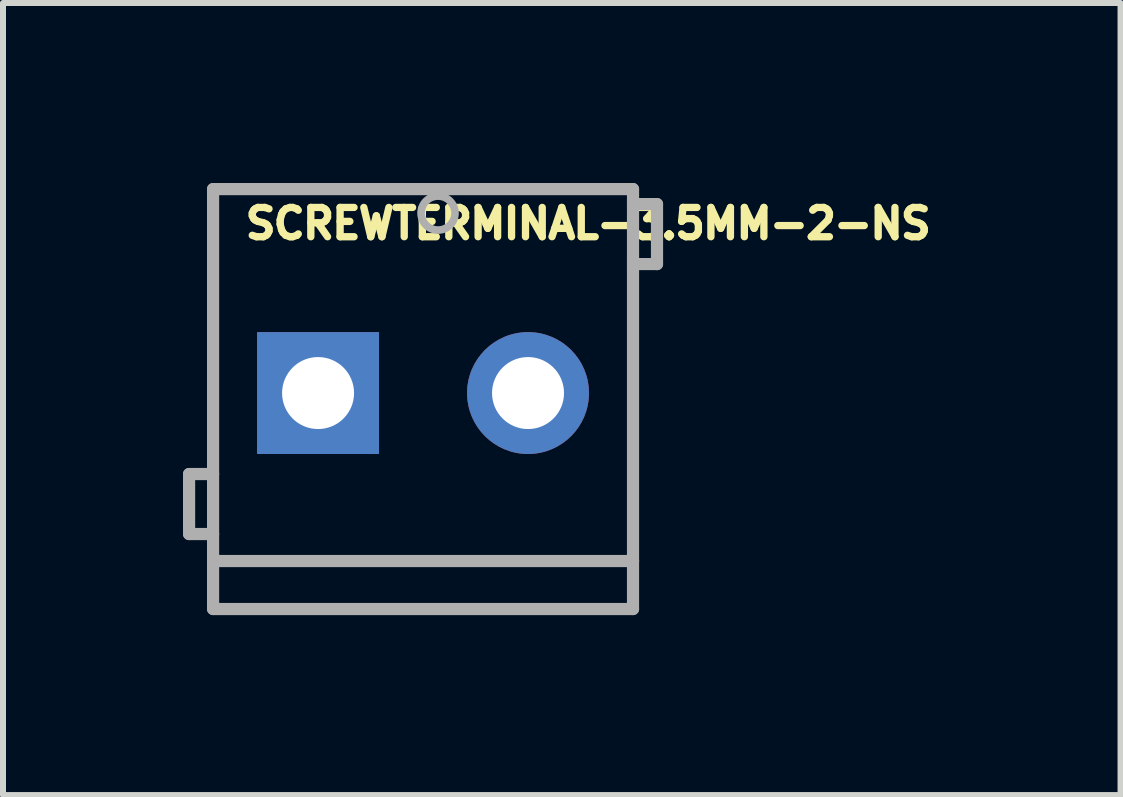
<source format=kicad_pcb>
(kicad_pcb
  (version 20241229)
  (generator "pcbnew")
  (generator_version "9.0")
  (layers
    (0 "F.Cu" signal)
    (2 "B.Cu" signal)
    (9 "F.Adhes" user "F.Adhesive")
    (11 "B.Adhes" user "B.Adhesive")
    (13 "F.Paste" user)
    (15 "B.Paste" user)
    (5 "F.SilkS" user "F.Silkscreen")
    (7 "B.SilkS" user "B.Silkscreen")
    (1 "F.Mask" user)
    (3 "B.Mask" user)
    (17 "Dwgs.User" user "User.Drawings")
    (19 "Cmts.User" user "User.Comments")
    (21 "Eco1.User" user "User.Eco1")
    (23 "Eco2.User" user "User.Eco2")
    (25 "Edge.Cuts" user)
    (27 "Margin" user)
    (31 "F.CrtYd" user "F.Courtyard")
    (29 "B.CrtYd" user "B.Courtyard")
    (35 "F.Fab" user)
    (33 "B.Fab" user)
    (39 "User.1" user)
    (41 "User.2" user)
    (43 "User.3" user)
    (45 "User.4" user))
  (footprint "SCREWTERMINAL-3.5MM-2-NS"
    (layer "F.Cu")
    (at 2.252 3.502)
    (property "Reference" "SCREWTERMINAL-3.5MM-2-NS" (at -1.27 -2.54 0) (layer "F.SilkS") (effects (font (size 0.488 0.488) (thickness 0.122)) (justify left bottom)))
    (fp_line (start -2.15 1.35) (end -2.15 2.35) (stroke (width 0.203) (type solid)) (layer "F.Fab"))
    (fp_line (start -2.15 2.35) (end -1.75 2.35) (stroke (width 0.203) (type solid)) (layer "F.Fab"))
    (fp_line (start -1.75 -3.4) (end 5.25 -3.4) (stroke (width 0.203) (type solid)) (layer "F.Fab"))
    (fp_line (start -1.75 1.35) (end -2.15 1.35) (stroke (width 0.203) (type solid)) (layer "F.Fab"))
    (fp_line (start -1.75 2.8) (end -1.75 -3.4) (stroke (width 0.203) (type solid)) (layer "F.Fab"))
    (fp_line (start -1.75 3.6) (end -1.75 2.8) (stroke (width 0.203) (type solid)) (layer "F.Fab"))
    (fp_line (start 5.25 -3.4) (end 5.25 2.8) (stroke (width 0.203) (type solid)) (layer "F.Fab"))
    (fp_line (start 5.25 -3.15) (end 5.65 -3.15) (stroke (width 0.203) (type solid)) (layer "F.Fab"))
    (fp_line (start 5.25 2.8) (end -1.75 2.8) (stroke (width 0.203) (type solid)) (layer "F.Fab"))
    (fp_line (start 5.25 2.8) (end 5.25 3.6) (stroke (width 0.203) (type solid)) (layer "F.Fab"))
    (fp_line (start 5.25 3.6) (end -1.75 3.6) (stroke (width 0.203) (type solid)) (layer "F.Fab"))
    (fp_line (start 5.65 -3.15) (end 5.65 -2.15) (stroke (width 0.203) (type solid)) (layer "F.Fab"))
    (fp_line (start 5.65 -2.15) (end 5.25 -2.15) (stroke (width 0.203) (type solid)) (layer "F.Fab"))
    (fp_circle (center 2 -3) (end 2.283 -3) (stroke (width 0.127) (type solid)) (fill no) (layer "F.Fab"))
    (pad "1" thru_hole rect (at 0 0) (size 2.032 2.032) (drill 1.2) (layers "*.Cu" "*.Mask"))
    (pad "2" thru_hole circle (at 3.5 0) (size 2.032 2.032) (drill 1.2) (layers "*.Cu" "*.Mask")))
  (gr_rect
    (start -3 -3)
    (end 15.629 10.203)
    (stroke (width 0.1) (type default))
    (fill no)
    (layer "Edge.Cuts")))
</source>
